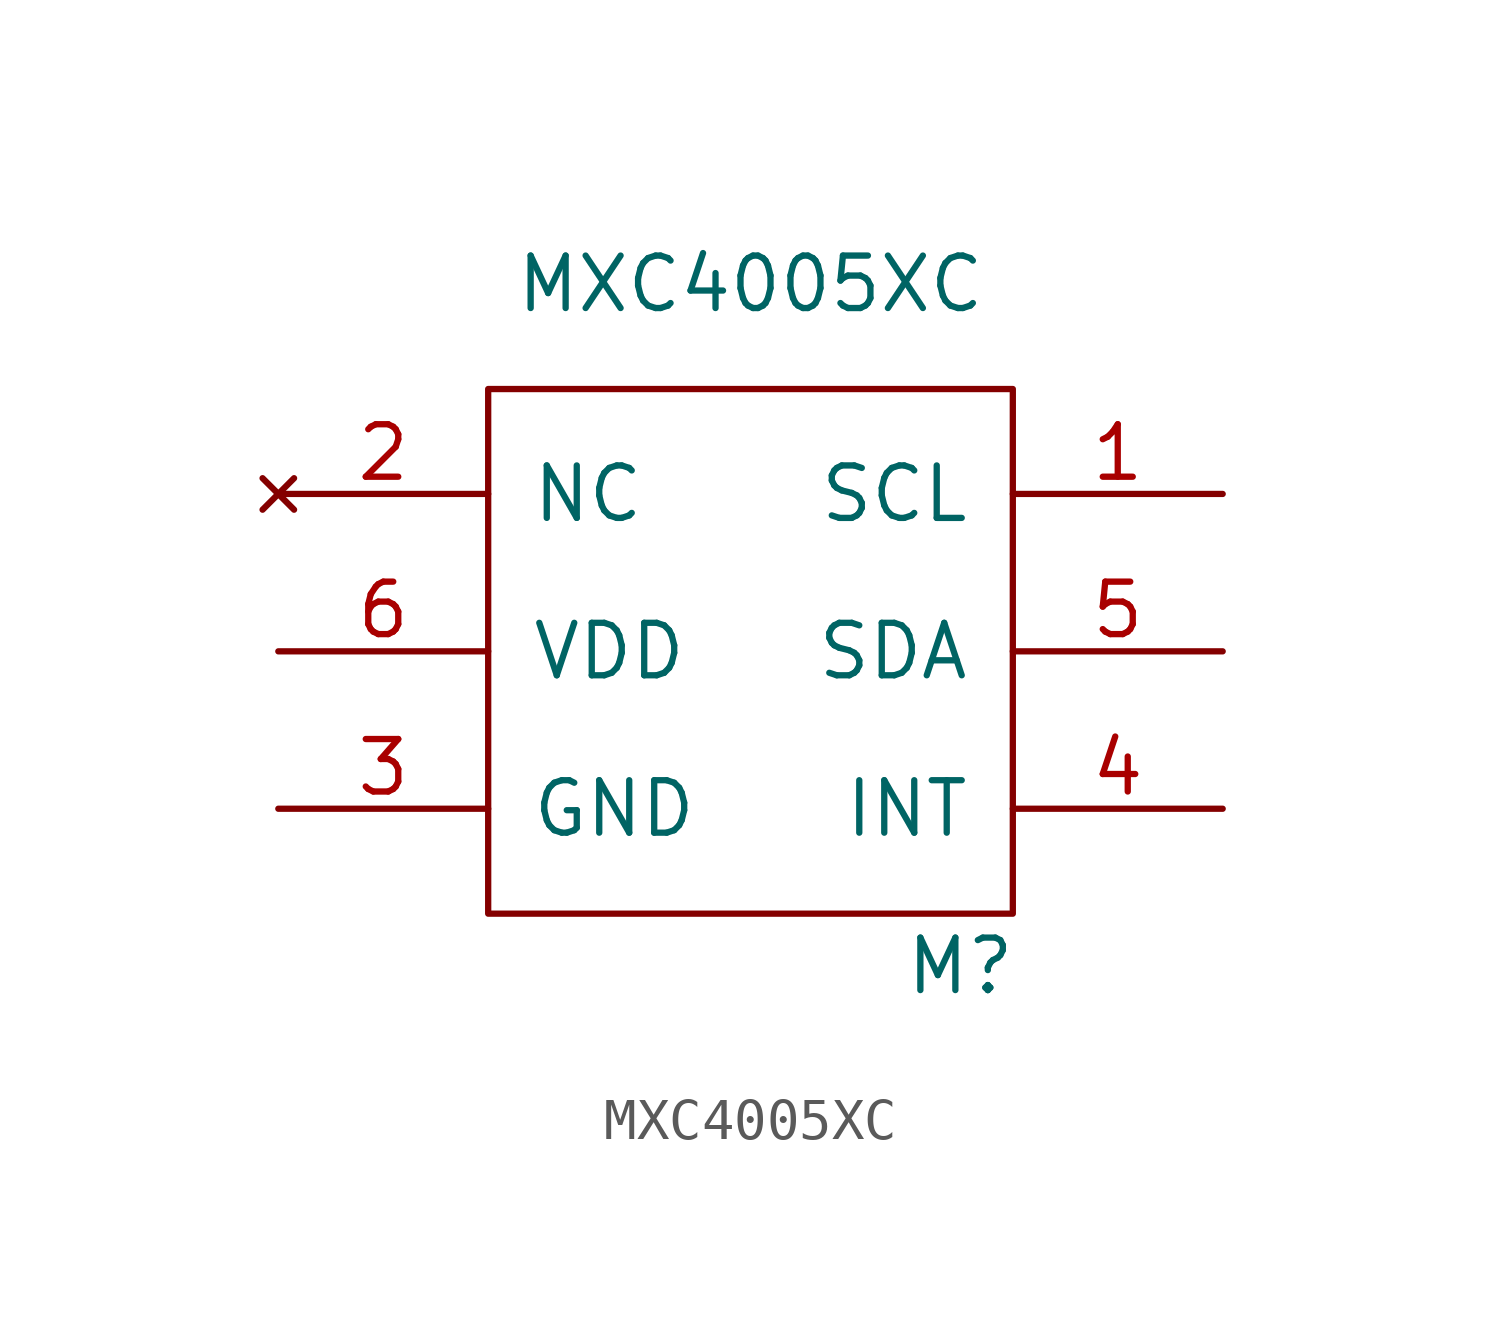
<source format=kicad_sym>
(kicad_symbol_lib
  (version 20211014)
  (generator kicad_symbol_editor)
  (symbol "MXC4005XC"
    (pin_names
      (offset 1.016))
    (property "Reference" "M"
      (at 5.08 -7.62 0)
      (effects (font (size 1.27 1.27))))
    (property "Value" "MXC4005XC"
      (at 0 8.89 0)
      (effects (font (size 1.27 1.27))))
    (symbol "MXC4005XC_0_0"
      (pin input line (at 11.43 3.81 180) (length 5.08) (name "SCL" (effects (font (size 1.27 1.27)))) (number "1" (effects (font (size 1.27 1.27)))))
      (pin no_connect line (at -11.43 3.81 0) (length 5.08) (name "NC" (effects (font (size 1.27 1.27)))) (number "2" (effects (font (size 1.27 1.27)))))
      (pin power_in line (at -11.43 -3.81 0) (length 5.08) (name "GND" (effects (font (size 1.27 1.27)))) (number "3" (effects (font (size 1.27 1.27)))))
      (pin output line (at 11.43 -3.81 180) (length 5.08) (name "INT" (effects (font (size 1.27 1.27)))) (number "4" (effects (font (size 1.27 1.27)))))
      (pin bidirectional line (at 11.43 0 180) (length 5.08) (name "SDA" (effects (font (size 1.27 1.27)))) (number "5" (effects (font (size 1.27 1.27)))))
      (pin power_in line (at -11.43 0 0) (length 5.08) (name "VDD" (effects (font (size 1.27 1.27)))) (number "6" (effects (font (size 1.27 1.27))))))
    (symbol "MXC4005XC_0_1"
      (rectangle (start -6.35 6.35) (end 6.35 -6.35) (stroke (width 0) (type default) (color 0 0 0 0)) (fill (type none))))))
</source>
